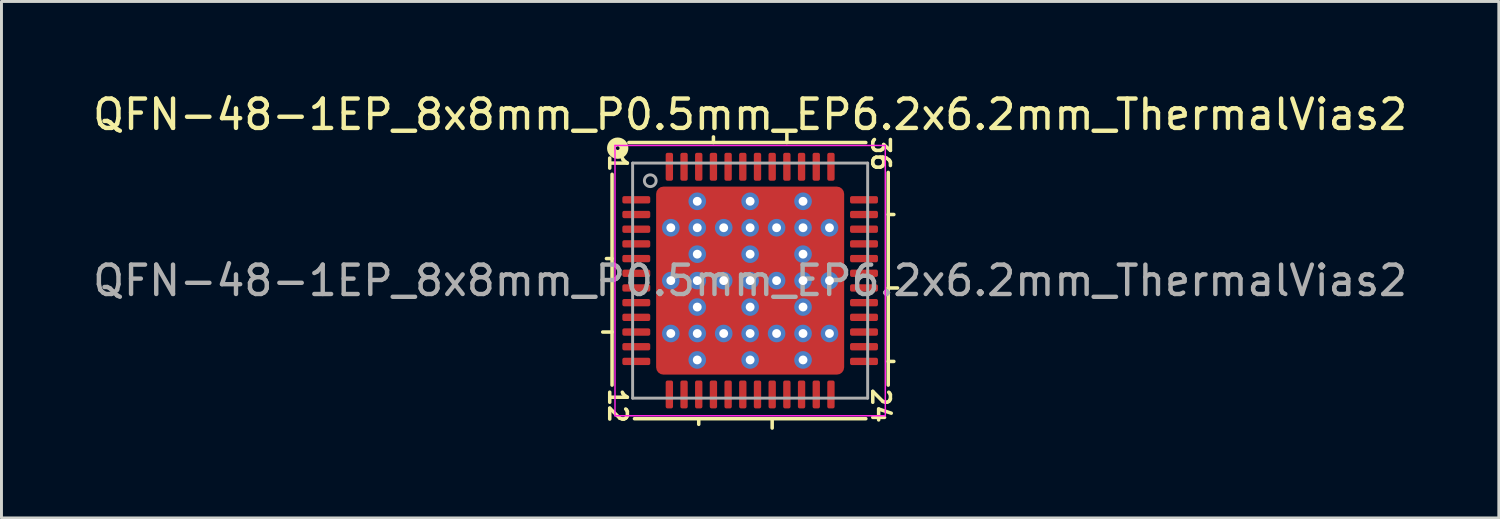
<source format=kicad_pcb>
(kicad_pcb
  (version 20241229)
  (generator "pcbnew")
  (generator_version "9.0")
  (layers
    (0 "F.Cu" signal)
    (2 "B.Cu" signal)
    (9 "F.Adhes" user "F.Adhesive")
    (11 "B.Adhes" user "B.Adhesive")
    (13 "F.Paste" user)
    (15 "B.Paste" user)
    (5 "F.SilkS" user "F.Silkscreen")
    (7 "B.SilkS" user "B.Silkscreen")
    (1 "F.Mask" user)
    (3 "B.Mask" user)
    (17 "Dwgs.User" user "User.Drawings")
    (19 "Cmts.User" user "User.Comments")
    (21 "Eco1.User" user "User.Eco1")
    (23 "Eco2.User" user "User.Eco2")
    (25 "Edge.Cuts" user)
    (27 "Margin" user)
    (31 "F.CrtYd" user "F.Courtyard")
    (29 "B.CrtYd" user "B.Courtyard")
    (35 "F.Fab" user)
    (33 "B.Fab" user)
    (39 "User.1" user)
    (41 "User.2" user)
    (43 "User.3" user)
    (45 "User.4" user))
  (footprint "QFN-48-1EP_8x8mm_P0.5mm_EP6.2x6.2mm_ThermalVias2"
    (layer "F.Cu")
    (at 22.482 6.501)
    (property "Reference" "QFN-48-1EP_8x8mm_P0.5mm_EP6.2x6.2mm_ThermalVias2" (at 0 -5.652 0) (layer "F.SilkS") (effects (font (size 1 1) (thickness 0.15))))
    (attr smd)
    (fp_line (start -4.7 -3.619) (end -4.7 3.556) (stroke (width 0.12) (type solid)) (layer "F.SilkS"))
    (fp_line (start -4.7 -0.75) (end -4.891 -0.75) (stroke (width 0.12) (type solid)) (layer "F.SilkS"))
    (fp_line (start -4.7 1.75) (end -5.018 1.75) (stroke (width 0.12) (type solid)) (layer "F.SilkS"))
    (fp_line (start -3.937 4.7) (end 3.937 4.7) (stroke (width 0.12) (type solid)) (layer "F.SilkS"))
    (fp_line (start -1.75 4.7) (end -1.75 4.891) (stroke (width 0.12) (type solid)) (layer "F.SilkS"))
    (fp_line (start -1.25 -4.7) (end -1.25 -4.891) (stroke (width 0.12) (type solid)) (layer "F.SilkS"))
    (fp_line (start 0.75 4.7) (end 0.75 5.018) (stroke (width 0.12) (type solid)) (layer "F.SilkS"))
    (fp_line (start 1.25 -4.7) (end 1.25 -5.018) (stroke (width 0.12) (type solid)) (layer "F.SilkS"))
    (fp_line (start 3.937 -4.7) (end -4.128 -4.7) (stroke (width 0.12) (type solid)) (layer "F.SilkS"))
    (fp_line (start 4.7 -2.25) (end 4.891 -2.25) (stroke (width 0.12) (type solid)) (layer "F.SilkS"))
    (fp_line (start 4.7 0.25) (end 5.018 0.25) (stroke (width 0.12) (type solid)) (layer "F.SilkS"))
    (fp_line (start 4.7 2.75) (end 4.891 2.75) (stroke (width 0.12) (type solid)) (layer "F.SilkS"))
    (fp_line (start 4.7 3.556) (end 4.7 -3.683) (stroke (width 0.12) (type solid)) (layer "F.SilkS"))
    (fp_circle (center -4.508 -4.508) (end -4.445 -4.508) (stroke (width 0.3) (type solid)) (fill no) (layer "F.SilkS"))
    (fp_line (start -4.6 -4.6) (end -4.6 4.6) (stroke (width 0.05) (type solid)) (layer "F.CrtYd"))
    (fp_line (start -4.6 4.6) (end 4.6 4.6) (stroke (width 0.05) (type solid)) (layer "F.CrtYd"))
    (fp_line (start 4.6 -4.6) (end -4.6 -4.6) (stroke (width 0.05) (type solid)) (layer "F.CrtYd"))
    (fp_line (start 4.6 4.6) (end 4.6 -4.6) (stroke (width 0.05) (type solid)) (layer "F.CrtYd"))
    (fp_line (start -4 -4) (end 4 -4) (stroke (width 0.1) (type solid)) (layer "F.Fab"))
    (fp_line (start -4 4) (end -4 -4) (stroke (width 0.1) (type solid)) (layer "F.Fab"))
    (fp_line (start 4 -4) (end 4 4) (stroke (width 0.1) (type solid)) (layer "F.Fab"))
    (fp_line (start 4 4) (end -4 4) (stroke (width 0.1) (type solid)) (layer "F.Fab"))
    (fp_circle (center -3.4 -3.4) (end -3.2 -3.4) (stroke (width 0.1) (type solid)) (fill no) (layer "F.Fab"))
    (fp_text user "12" (at -4.508 4.255 270) (unlocked yes) (layer "F.SilkS") (effects (font (size 0.6 0.6) (thickness 0.12))))
    (fp_text user "36" (at 4.445 -4.318 270) (unlocked yes) (layer "F.SilkS") (effects (font (size 0.6 0.6) (thickness 0.12))))
    (fp_text user "1" (at -4.508 -4 270) (unlocked yes) (layer "F.SilkS") (effects (font (size 0.6 0.6) (thickness 0.12))))
    (fp_text user "24" (at 4.445 4.255 270) (unlocked yes) (layer "F.SilkS") (effects (font (size 0.6 0.6) (thickness 0.12))))
    (fp_text user "${REFERENCE}" (at 0 0 0) (layer "F.Fab") (effects (font (size 1 1) (thickness 0.15))))
    (pad "" smd roundrect (at -2.6 -2.6) (size 0.7 0.7) (layers "F.Paste") (roundrect_rratio 0.244))
    (pad "" smd roundrect (at -2.6 -2.6 270) (size 1 1) (layers "F.Mask") (roundrect_rratio 0.25))
    (pad "" smd roundrect (at -2.6 -1.2) (size 0.7 0.4) (layers "F.Paste") (roundrect_rratio 0.244))
    (pad "" smd roundrect (at -2.6 -0.9 270) (size 1.2 1) (layers "F.Mask") (roundrect_rratio 0.25))
    (pad "" smd roundrect (at -2.6 -0.6) (size 0.7 0.4) (layers "F.Paste") (roundrect_rratio 0.244))
    (pad "" smd roundrect (at -2.6 0.6) (size 0.7 0.4) (layers "F.Paste") (roundrect_rratio 0.244))
    (pad "" smd roundrect (at -2.6 0.9 270) (size 1.2 1) (layers "F.Mask") (roundrect_rratio 0.25))
    (pad "" smd roundrect (at -2.6 1.2) (size 0.7 0.4) (layers "F.Paste") (roundrect_rratio 0.244))
    (pad "" smd roundrect (at -2.6 2.6) (size 0.7 0.7) (layers "F.Paste") (roundrect_rratio 0.244))
    (pad "" smd roundrect (at -2.6 2.6 270) (size 1 1) (layers "F.Mask") (roundrect_rratio 0.25))
    (pad "" smd roundrect (at -1.2 -2.6 90) (size 0.7 0.4) (layers "F.Paste") (roundrect_rratio 0.244))
    (pad "" smd roundrect (at -1.2 -1.2) (size 0.4 0.4) (layers "F.Paste") (roundrect_rratio 0.244))
    (pad "" smd roundrect (at -1.2 -0.6) (size 0.4 0.4) (layers "F.Paste") (roundrect_rratio 0.244))
    (pad "" smd roundrect (at -1.2 0.6) (size 0.4 0.4) (layers "F.Paste") (roundrect_rratio 0.244))
    (pad "" smd roundrect (at -1.2 1.2) (size 0.4 0.4) (layers "F.Paste") (roundrect_rratio 0.244))
    (pad "" smd roundrect (at -1.2 2.6 90) (size 0.7 0.4) (layers "F.Paste") (roundrect_rratio 0.244))
    (pad "" smd roundrect (at -0.9 -2.6 270) (size 1 1.2) (layers "F.Mask") (roundrect_rratio 0.25))
    (pad "" smd roundrect (at -0.9 -0.9 270) (size 1.2 1.2) (layers "F.Mask") (roundrect_rratio 0.208))
    (pad "" smd roundrect (at -0.9 0.9 270) (size 1.2 1.2) (layers "F.Mask") (roundrect_rratio 0.208))
    (pad "" smd roundrect (at -0.9 2.6 270) (size 1 1.2) (layers "F.Mask") (roundrect_rratio 0.25))
    (pad "" smd roundrect (at -0.6 -2.6 90) (size 0.7 0.4) (layers "F.Paste") (roundrect_rratio 0.244))
    (pad "" smd roundrect (at -0.6 -1.2) (size 0.4 0.4) (layers "F.Paste") (roundrect_rratio 0.244))
    (pad "" smd roundrect (at -0.6 -0.6) (size 0.4 0.4) (layers "F.Paste") (roundrect_rratio 0.244))
    (pad "" smd roundrect (at -0.6 0.6) (size 0.4 0.4) (layers "F.Paste") (roundrect_rratio 0.244))
    (pad "" smd roundrect (at -0.6 1.2) (size 0.4 0.4) (layers "F.Paste") (roundrect_rratio 0.244))
    (pad "" smd roundrect (at -0.6 2.6 90) (size 0.7 0.4) (layers "F.Paste") (roundrect_rratio 0.244))
    (pad "" smd roundrect (at 0.6 -2.6 90) (size 0.7 0.4) (layers "F.Paste") (roundrect_rratio 0.244))
    (pad "" smd roundrect (at 0.6 -1.2) (size 0.4 0.4) (layers "F.Paste") (roundrect_rratio 0.244))
    (pad "" smd roundrect (at 0.6 -0.6) (size 0.4 0.4) (layers "F.Paste") (roundrect_rratio 0.244))
    (pad "" smd roundrect (at 0.6 0.6) (size 0.4 0.4) (layers "F.Paste") (roundrect_rratio 0.244))
    (pad "" smd roundrect (at 0.6 1.2) (size 0.4 0.4) (layers "F.Paste") (roundrect_rratio 0.244))
    (pad "" smd roundrect (at 0.6 2.6 90) (size 0.7 0.4) (layers "F.Paste") (roundrect_rratio 0.244))
    (pad "" smd roundrect (at 0.9 -2.6 270) (size 1 1.2) (layers "F.Mask") (roundrect_rratio 0.25))
    (pad "" smd roundrect (at 0.9 -0.9 270) (size 1.2 1.2) (layers "F.Mask") (roundrect_rratio 0.208))
    (pad "" smd roundrect (at 0.9 0.9 270) (size 1.2 1.2) (layers "F.Mask") (roundrect_rratio 0.208))
    (pad "" smd roundrect (at 0.9 2.6 270) (size 1 1.2) (layers "F.Mask") (roundrect_rratio 0.25))
    (pad "" smd roundrect (at 1.2 -2.6 90) (size 0.7 0.4) (layers "F.Paste") (roundrect_rratio 0.244))
    (pad "" smd roundrect (at 1.2 -1.2) (size 0.4 0.4) (layers "F.Paste") (roundrect_rratio 0.244))
    (pad "" smd roundrect (at 1.2 -0.6) (size 0.4 0.4) (layers "F.Paste") (roundrect_rratio 0.244))
    (pad "" smd roundrect (at 1.2 0.6) (size 0.4 0.4) (layers "F.Paste") (roundrect_rratio 0.244))
    (pad "" smd roundrect (at 1.2 1.2) (size 0.4 0.4) (layers "F.Paste") (roundrect_rratio 0.244))
    (pad "" smd roundrect (at 1.2 2.6 90) (size 0.7 0.4) (layers "F.Paste") (roundrect_rratio 0.244))
    (pad "" smd roundrect (at 2.6 -2.6) (size 0.7 0.7) (layers "F.Paste") (roundrect_rratio 0.244))
    (pad "" smd roundrect (at 2.6 -2.6 270) (size 1 1) (layers "F.Mask") (roundrect_rratio 0.25))
    (pad "" smd roundrect (at 2.6 -1.2) (size 0.7 0.4) (layers "F.Paste") (roundrect_rratio 0.244))
    (pad "" smd roundrect (at 2.6 -0.9 270) (size 1.2 1) (layers "F.Mask") (roundrect_rratio 0.25))
    (pad "" smd roundrect (at 2.6 -0.6) (size 0.7 0.4) (layers "F.Paste") (roundrect_rratio 0.244))
    (pad "" smd roundrect (at 2.6 0.6) (size 0.7 0.4) (layers "F.Paste") (roundrect_rratio 0.244))
    (pad "" smd roundrect (at 2.6 0.9 270) (size 1.2 1) (layers "F.Mask") (roundrect_rratio 0.25))
    (pad "" smd roundrect (at 2.6 1.2) (size 0.7 0.4) (layers "F.Paste") (roundrect_rratio 0.244))
    (pad "" smd roundrect (at 2.6 2.6) (size 0.7 0.7) (layers "F.Paste") (roundrect_rratio 0.244))
    (pad "" smd roundrect (at 2.6 2.6 270) (size 1 1) (layers "F.Mask") (roundrect_rratio 0.25))
    (pad "1" smd roundrect (at -3.875 -2.75) (size 0.95 0.25) (layers "F.Cu" "F.Mask" "F.Paste") (roundrect_rratio 0.25))
    (pad "2" smd roundrect (at -3.875 -2.25) (size 0.95 0.25) (layers "F.Cu" "F.Mask" "F.Paste") (roundrect_rratio 0.25))
    (pad "3" smd roundrect (at -3.875 -1.75) (size 0.95 0.25) (layers "F.Cu" "F.Mask" "F.Paste") (roundrect_rratio 0.25))
    (pad "4" smd roundrect (at -3.875 -1.25) (size 0.95 0.25) (layers "F.Cu" "F.Mask" "F.Paste") (roundrect_rratio 0.25))
    (pad "5" smd roundrect (at -3.875 -0.75) (size 0.95 0.25) (layers "F.Cu" "F.Mask" "F.Paste") (roundrect_rratio 0.25))
    (pad "6" smd roundrect (at -3.875 -0.25) (size 0.95 0.25) (layers "F.Cu" "F.Mask" "F.Paste") (roundrect_rratio 0.25))
    (pad "7" smd roundrect (at -3.875 0.25) (size 0.95 0.25) (layers "F.Cu" "F.Mask" "F.Paste") (roundrect_rratio 0.25))
    (pad "8" smd roundrect (at -3.875 0.75) (size 0.95 0.25) (layers "F.Cu" "F.Mask" "F.Paste") (roundrect_rratio 0.25))
    (pad "9" smd roundrect (at -3.875 1.25) (size 0.95 0.25) (layers "F.Cu" "F.Mask" "F.Paste") (roundrect_rratio 0.25))
    (pad "10" smd roundrect (at -3.875 1.75) (size 0.95 0.25) (layers "F.Cu" "F.Mask" "F.Paste") (roundrect_rratio 0.25))
    (pad "11" smd roundrect (at -3.875 2.25) (size 0.95 0.25) (layers "F.Cu" "F.Mask" "F.Paste") (roundrect_rratio 0.25))
    (pad "12" smd roundrect (at -3.875 2.75) (size 0.95 0.25) (layers "F.Cu" "F.Mask" "F.Paste") (roundrect_rratio 0.25))
    (pad "13" smd roundrect (at -2.75 3.875) (size 0.25 0.95) (layers "F.Cu" "F.Mask" "F.Paste") (roundrect_rratio 0.25))
    (pad "14" smd roundrect (at -2.25 3.875) (size 0.25 0.95) (layers "F.Cu" "F.Mask" "F.Paste") (roundrect_rratio 0.25))
    (pad "15" smd roundrect (at -1.75 3.875) (size 0.25 0.95) (layers "F.Cu" "F.Mask" "F.Paste") (roundrect_rratio 0.25))
    (pad "16" smd roundrect (at -1.25 3.875) (size 0.25 0.95) (layers "F.Cu" "F.Mask" "F.Paste") (roundrect_rratio 0.25))
    (pad "17" smd roundrect (at -0.75 3.875) (size 0.25 0.95) (layers "F.Cu" "F.Mask" "F.Paste") (roundrect_rratio 0.25))
    (pad "18" smd roundrect (at -0.25 3.875) (size 0.25 0.95) (layers "F.Cu" "F.Mask" "F.Paste") (roundrect_rratio 0.25))
    (pad "19" smd roundrect (at 0.25 3.875) (size 0.25 0.95) (layers "F.Cu" "F.Mask" "F.Paste") (roundrect_rratio 0.25))
    (pad "20" smd roundrect (at 0.75 3.875) (size 0.25 0.95) (layers "F.Cu" "F.Mask" "F.Paste") (roundrect_rratio 0.25))
    (pad "21" smd roundrect (at 1.25 3.875) (size 0.25 0.95) (layers "F.Cu" "F.Mask" "F.Paste") (roundrect_rratio 0.25))
    (pad "22" smd roundrect (at 1.75 3.875) (size 0.25 0.95) (layers "F.Cu" "F.Mask" "F.Paste") (roundrect_rratio 0.25))
    (pad "23" smd roundrect (at 2.25 3.875) (size 0.25 0.95) (layers "F.Cu" "F.Mask" "F.Paste") (roundrect_rratio 0.25))
    (pad "24" smd roundrect (at 2.75 3.875) (size 0.25 0.95) (layers "F.Cu" "F.Mask" "F.Paste") (roundrect_rratio 0.25))
    (pad "25" smd roundrect (at 3.875 2.75) (size 0.95 0.25) (layers "F.Cu" "F.Mask" "F.Paste") (roundrect_rratio 0.25))
    (pad "26" smd roundrect (at 3.875 2.25) (size 0.95 0.25) (layers "F.Cu" "F.Mask" "F.Paste") (roundrect_rratio 0.25))
    (pad "27" smd roundrect (at 3.875 1.75) (size 0.95 0.25) (layers "F.Cu" "F.Mask" "F.Paste") (roundrect_rratio 0.25))
    (pad "28" smd roundrect (at 3.875 1.25) (size 0.95 0.25) (layers "F.Cu" "F.Mask" "F.Paste") (roundrect_rratio 0.25))
    (pad "29" smd roundrect (at 3.875 0.75) (size 0.95 0.25) (layers "F.Cu" "F.Mask" "F.Paste") (roundrect_rratio 0.25))
    (pad "30" smd roundrect (at 3.875 0.25) (size 0.95 0.25) (layers "F.Cu" "F.Mask" "F.Paste") (roundrect_rratio 0.25))
    (pad "31" smd roundrect (at 3.875 -0.25) (size 0.95 0.25) (layers "F.Cu" "F.Mask" "F.Paste") (roundrect_rratio 0.25))
    (pad "32" smd roundrect (at 3.875 -0.75) (size 0.95 0.25) (layers "F.Cu" "F.Mask" "F.Paste") (roundrect_rratio 0.25))
    (pad "33" smd roundrect (at 3.875 -1.25) (size 0.95 0.25) (layers "F.Cu" "F.Mask" "F.Paste") (roundrect_rratio 0.25))
    (pad "34" smd roundrect (at 3.875 -1.75) (size 0.95 0.25) (layers "F.Cu" "F.Mask" "F.Paste") (roundrect_rratio 0.25))
    (pad "35" smd roundrect (at 3.875 -2.25) (size 0.95 0.25) (layers "F.Cu" "F.Mask" "F.Paste") (roundrect_rratio 0.25))
    (pad "36" smd roundrect (at 3.875 -2.75) (size 0.95 0.25) (layers "F.Cu" "F.Mask" "F.Paste") (roundrect_rratio 0.25))
    (pad "37" smd roundrect (at 2.75 -3.875) (size 0.25 0.95) (layers "F.Cu" "F.Mask" "F.Paste") (roundrect_rratio 0.25))
    (pad "38" smd roundrect (at 2.25 -3.875) (size 0.25 0.95) (layers "F.Cu" "F.Mask" "F.Paste") (roundrect_rratio 0.25))
    (pad "39" smd roundrect (at 1.75 -3.875) (size 0.25 0.95) (layers "F.Cu" "F.Mask" "F.Paste") (roundrect_rratio 0.25))
    (pad "40" smd roundrect (at 1.25 -3.875) (size 0.25 0.95) (layers "F.Cu" "F.Mask" "F.Paste") (roundrect_rratio 0.25))
    (pad "41" smd roundrect (at 0.75 -3.875) (size 0.25 0.95) (layers "F.Cu" "F.Mask" "F.Paste") (roundrect_rratio 0.25))
    (pad "42" smd roundrect (at 0.25 -3.875) (size 0.25 0.95) (layers "F.Cu" "F.Mask" "F.Paste") (roundrect_rratio 0.25))
    (pad "43" smd roundrect (at -0.25 -3.875) (size 0.25 0.95) (layers "F.Cu" "F.Mask" "F.Paste") (roundrect_rratio 0.25))
    (pad "44" smd roundrect (at -0.75 -3.875) (size 0.25 0.95) (layers "F.Cu" "F.Mask" "F.Paste") (roundrect_rratio 0.25))
    (pad "45" smd roundrect (at -1.25 -3.875) (size 0.25 0.95) (layers "F.Cu" "F.Mask" "F.Paste") (roundrect_rratio 0.25))
    (pad "46" smd roundrect (at -1.75 -3.875) (size 0.25 0.95) (layers "F.Cu" "F.Mask" "F.Paste") (roundrect_rratio 0.25))
    (pad "47" smd roundrect (at -2.25 -3.875) (size 0.25 0.95) (layers "F.Cu" "F.Mask" "F.Paste") (roundrect_rratio 0.25))
    (pad "48" smd roundrect (at -2.75 -3.875) (size 0.25 0.95) (layers "F.Cu" "F.Mask" "F.Paste") (roundrect_rratio 0.25))
    (pad "49" thru_hole circle (at -2.7 -1.8) (size 0.6 0.6) (drill 0.3) (property pad_prop_heatsink) (layers "*.Cu" "*.Mask"))
    (pad "49" thru_hole circle (at -2.7 0) (size 0.6 0.6) (drill 0.3) (property pad_prop_heatsink) (layers "*.Cu" "*.Mask"))
    (pad "49" thru_hole circle (at -2.7 1.8) (size 0.6 0.6) (drill 0.3) (property pad_prop_heatsink) (layers "*.Cu" "*.Mask"))
    (pad "49" thru_hole circle (at -1.8 -2.7) (size 0.6 0.6) (drill 0.3) (property pad_prop_heatsink) (layers "*.Cu" "*.Mask"))
    (pad "49" thru_hole circle (at -1.8 -1.8) (size 0.6 0.6) (drill 0.3) (property pad_prop_heatsink) (layers "*.Cu" "*.Mask"))
    (pad "49" thru_hole circle (at -1.8 -0.9) (size 0.6 0.6) (drill 0.3) (property pad_prop_heatsink) (layers "*.Cu" "*.Mask"))
    (pad "49" thru_hole circle (at -1.8 0) (size 0.6 0.6) (drill 0.3) (property pad_prop_heatsink) (layers "*.Cu" "*.Mask"))
    (pad "49" thru_hole circle (at -1.8 0.9) (size 0.6 0.6) (drill 0.3) (property pad_prop_heatsink) (layers "*.Cu" "*.Mask"))
    (pad "49" thru_hole circle (at -1.8 1.8) (size 0.6 0.6) (drill 0.3) (property pad_prop_heatsink) (layers "*.Cu" "*.Mask"))
    (pad "49" thru_hole circle (at -1.8 2.7) (size 0.6 0.6) (drill 0.3) (property pad_prop_heatsink) (layers "*.Cu" "*.Mask"))
    (pad "49" thru_hole circle (at -0.9 -1.8) (size 0.6 0.6) (drill 0.3) (property pad_prop_heatsink) (layers "*.Cu" "*.Mask"))
    (pad "49" thru_hole circle (at -0.9 0) (size 0.6 0.6) (drill 0.3) (property pad_prop_heatsink) (layers "*.Cu" "*.Mask"))
    (pad "49" thru_hole circle (at -0.9 1.8) (size 0.6 0.6) (drill 0.3) (property pad_prop_heatsink) (layers "*.Cu" "*.Mask"))
    (pad "49" thru_hole circle (at 0 -2.7) (size 0.6 0.6) (drill 0.3) (property pad_prop_heatsink) (layers "*.Cu" "*.Mask"))
    (pad "49" thru_hole circle (at 0 -1.8) (size 0.6 0.6) (drill 0.3) (property pad_prop_heatsink) (layers "*.Cu" "*.Mask"))
    (pad "49" thru_hole circle (at 0 -0.9) (size 0.6 0.6) (drill 0.3) (property pad_prop_heatsink) (layers "*.Cu" "*.Mask"))
    (pad "49" thru_hole circle (at 0 0) (size 0.6 0.6) (drill 0.3) (property pad_prop_heatsink) (layers "*.Cu" "*.Mask"))
    (pad "49" smd roundrect (at 0 0) (size 6.4 6.4) (layers "F.Cu") (roundrect_rratio 0.039))
    (pad "49" thru_hole circle (at 0 0.9) (size 0.6 0.6) (drill 0.3) (property pad_prop_heatsink) (layers "*.Cu" "*.Mask"))
    (pad "49" thru_hole circle (at 0 1.8) (size 0.6 0.6) (drill 0.3) (property pad_prop_heatsink) (layers "*.Cu" "*.Mask"))
    (pad "49" thru_hole circle (at 0 2.7) (size 0.6 0.6) (drill 0.3) (property pad_prop_heatsink) (layers "*.Cu" "*.Mask"))
    (pad "49" thru_hole circle (at 0.9 -1.8) (size 0.6 0.6) (drill 0.3) (property pad_prop_heatsink) (layers "*.Cu" "*.Mask"))
    (pad "49" thru_hole circle (at 0.9 0) (size 0.6 0.6) (drill 0.3) (property pad_prop_heatsink) (layers "*.Cu" "*.Mask"))
    (pad "49" thru_hole circle (at 0.9 1.8) (size 0.6 0.6) (drill 0.3) (property pad_prop_heatsink) (layers "*.Cu" "*.Mask"))
    (pad "49" thru_hole circle (at 1.8 -2.7) (size 0.6 0.6) (drill 0.3) (property pad_prop_heatsink) (layers "*.Cu" "*.Mask"))
    (pad "49" thru_hole circle (at 1.8 -1.8) (size 0.6 0.6) (drill 0.3) (property pad_prop_heatsink) (layers "*.Cu" "*.Mask"))
    (pad "49" thru_hole circle (at 1.8 -0.9) (size 0.6 0.6) (drill 0.3) (property pad_prop_heatsink) (layers "*.Cu" "*.Mask"))
    (pad "49" thru_hole circle (at 1.8 0) (size 0.6 0.6) (drill 0.3) (property pad_prop_heatsink) (layers "*.Cu" "*.Mask"))
    (pad "49" thru_hole circle (at 1.8 0.9) (size 0.6 0.6) (drill 0.3) (property pad_prop_heatsink) (layers "*.Cu" "*.Mask"))
    (pad "49" thru_hole circle (at 1.8 1.8) (size 0.6 0.6) (drill 0.3) (property pad_prop_heatsink) (layers "*.Cu" "*.Mask"))
    (pad "49" thru_hole circle (at 1.8 2.7) (size 0.6 0.6) (drill 0.3) (property pad_prop_heatsink) (layers "*.Cu" "*.Mask"))
    (pad "49" thru_hole circle (at 2.7 -1.8) (size 0.6 0.6) (drill 0.3) (property pad_prop_heatsink) (layers "*.Cu" "*.Mask"))
    (pad "49" thru_hole circle (at 2.7 0) (size 0.6 0.6) (drill 0.3) (property pad_prop_heatsink) (layers "*.Cu" "*.Mask"))
    (pad "49" thru_hole circle (at 2.7 1.8) (size 0.6 0.6) (drill 0.3) (property pad_prop_heatsink) (layers "*.Cu" "*.Mask")))
  (gr_rect
    (start -3 -3)
    (end 47.964 14.578)
    (stroke (width 0.1) (type default))
    (fill no)
    (layer "Edge.Cuts")))
</source>
